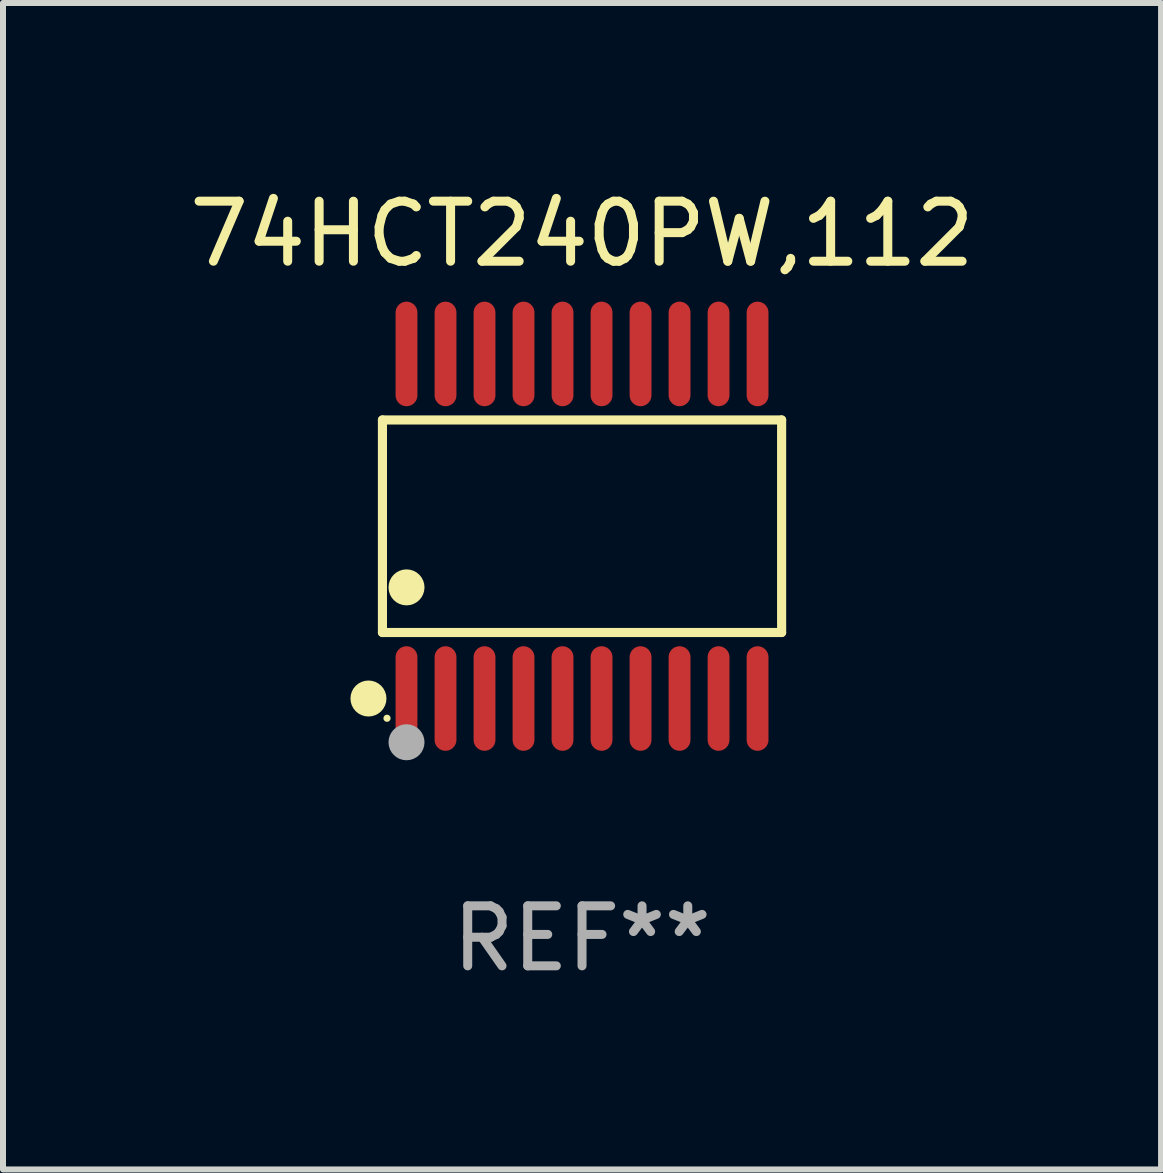
<source format=kicad_pcb>
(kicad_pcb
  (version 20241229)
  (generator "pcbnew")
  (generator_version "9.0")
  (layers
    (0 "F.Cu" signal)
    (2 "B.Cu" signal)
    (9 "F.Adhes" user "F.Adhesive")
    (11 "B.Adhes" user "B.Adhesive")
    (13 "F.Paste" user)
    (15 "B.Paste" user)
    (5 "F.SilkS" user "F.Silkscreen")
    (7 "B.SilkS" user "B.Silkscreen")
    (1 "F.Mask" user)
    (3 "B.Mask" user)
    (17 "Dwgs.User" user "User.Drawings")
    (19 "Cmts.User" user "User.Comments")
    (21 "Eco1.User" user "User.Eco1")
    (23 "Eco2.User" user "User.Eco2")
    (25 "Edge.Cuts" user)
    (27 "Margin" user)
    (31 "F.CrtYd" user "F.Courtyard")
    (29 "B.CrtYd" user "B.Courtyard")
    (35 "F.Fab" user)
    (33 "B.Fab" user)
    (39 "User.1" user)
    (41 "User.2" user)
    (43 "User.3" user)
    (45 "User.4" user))
  (footprint "74HCT240PW,112"
    (layer "F.Cu")
    (at 6.649 5.719)
    (property "Reference" "74HCT240PW,112" (at 0 -4.871 0) (layer "F.SilkS") (effects (font (size 1 1) (thickness 0.15))))
    (attr through_hole)
    (fp_line (start -3.326 -1.771) (end 3.326 -1.771) (stroke (width 0.152) (type solid)) (layer "F.SilkS"))
    (fp_line (start -3.326 1.771) (end -3.326 -1.771) (stroke (width 0.152) (type solid)) (layer "F.SilkS"))
    (fp_line (start 3.326 -1.771) (end 3.326 1.771) (stroke (width 0.152) (type solid)) (layer "F.SilkS"))
    (fp_line (start 3.326 1.771) (end -3.326 1.771) (stroke (width 0.152) (type solid)) (layer "F.SilkS"))
    (fp_circle (center -3.559 2.871) (end -3.409 2.871) (stroke (width 0.3) (type solid)) (fill no) (layer "F.SilkS"))
    (fp_circle (center -3.25 3.2) (end -3.22 3.2) (stroke (width 0.06) (type solid)) (fill no) (layer "F.SilkS"))
    (fp_circle (center -2.925 1.019) (end -2.775 1.019) (stroke (width 0.3) (type solid)) (fill no) (layer "F.SilkS"))
    (fp_circle (center -2.925 3.6) (end -2.775 3.6) (stroke (width 0.3) (type solid)) (fill no) (layer "F.Fab"))
    (fp_text user "REF**" (at 0 6.871 0) (layer "F.Fab") (effects (font (size 1 1) (thickness 0.15))))
    (pad "1" smd oval (at -2.925 2.871) (size 0.364 1.742) (layers "F.Cu" "F.Mask" "F.Paste"))
    (pad "2" smd oval (at -2.275 2.871) (size 0.364 1.742) (layers "F.Cu" "F.Mask" "F.Paste"))
    (pad "3" smd oval (at -1.625 2.871) (size 0.364 1.742) (layers "F.Cu" "F.Mask" "F.Paste"))
    (pad "4" smd oval (at -0.975 2.871) (size 0.364 1.742) (layers "F.Cu" "F.Mask" "F.Paste"))
    (pad "5" smd oval (at -0.325 2.871) (size 0.364 1.742) (layers "F.Cu" "F.Mask" "F.Paste"))
    (pad "6" smd oval (at 0.325 2.871) (size 0.364 1.742) (layers "F.Cu" "F.Mask" "F.Paste"))
    (pad "7" smd oval (at 0.975 2.871) (size 0.364 1.742) (layers "F.Cu" "F.Mask" "F.Paste"))
    (pad "8" smd oval (at 1.625 2.871) (size 0.364 1.742) (layers "F.Cu" "F.Mask" "F.Paste"))
    (pad "9" smd oval (at 2.275 2.871) (size 0.364 1.742) (layers "F.Cu" "F.Mask" "F.Paste"))
    (pad "10" smd oval (at 2.925 2.871) (size 0.364 1.742) (layers "F.Cu" "F.Mask" "F.Paste"))
    (pad "11" smd oval (at 2.925 -2.871) (size 0.364 1.742) (layers "F.Cu" "F.Mask" "F.Paste"))
    (pad "12" smd oval (at 2.275 -2.871) (size 0.364 1.742) (layers "F.Cu" "F.Mask" "F.Paste"))
    (pad "13" smd oval (at 1.625 -2.871) (size 0.364 1.742) (layers "F.Cu" "F.Mask" "F.Paste"))
    (pad "14" smd oval (at 0.975 -2.871) (size 0.364 1.742) (layers "F.Cu" "F.Mask" "F.Paste"))
    (pad "15" smd oval (at 0.325 -2.871) (size 0.364 1.742) (layers "F.Cu" "F.Mask" "F.Paste"))
    (pad "16" smd oval (at -0.325 -2.871) (size 0.364 1.742) (layers "F.Cu" "F.Mask" "F.Paste"))
    (pad "17" smd oval (at -0.975 -2.871) (size 0.364 1.742) (layers "F.Cu" "F.Mask" "F.Paste"))
    (pad "18" smd oval (at -1.625 -2.871) (size 0.364 1.742) (layers "F.Cu" "F.Mask" "F.Paste"))
    (pad "19" smd oval (at -2.275 -2.871) (size 0.364 1.742) (layers "F.Cu" "F.Mask" "F.Paste"))
    (pad "20" smd oval (at -2.925 -2.871) (size 0.364 1.742) (layers "F.Cu" "F.Mask" "F.Paste")))
  (gr_rect
    (start -3 -3)
    (end 16.298 16.438)
    (stroke (width 0.1) (type default))
    (fill no)
    (layer "Edge.Cuts")))
</source>
